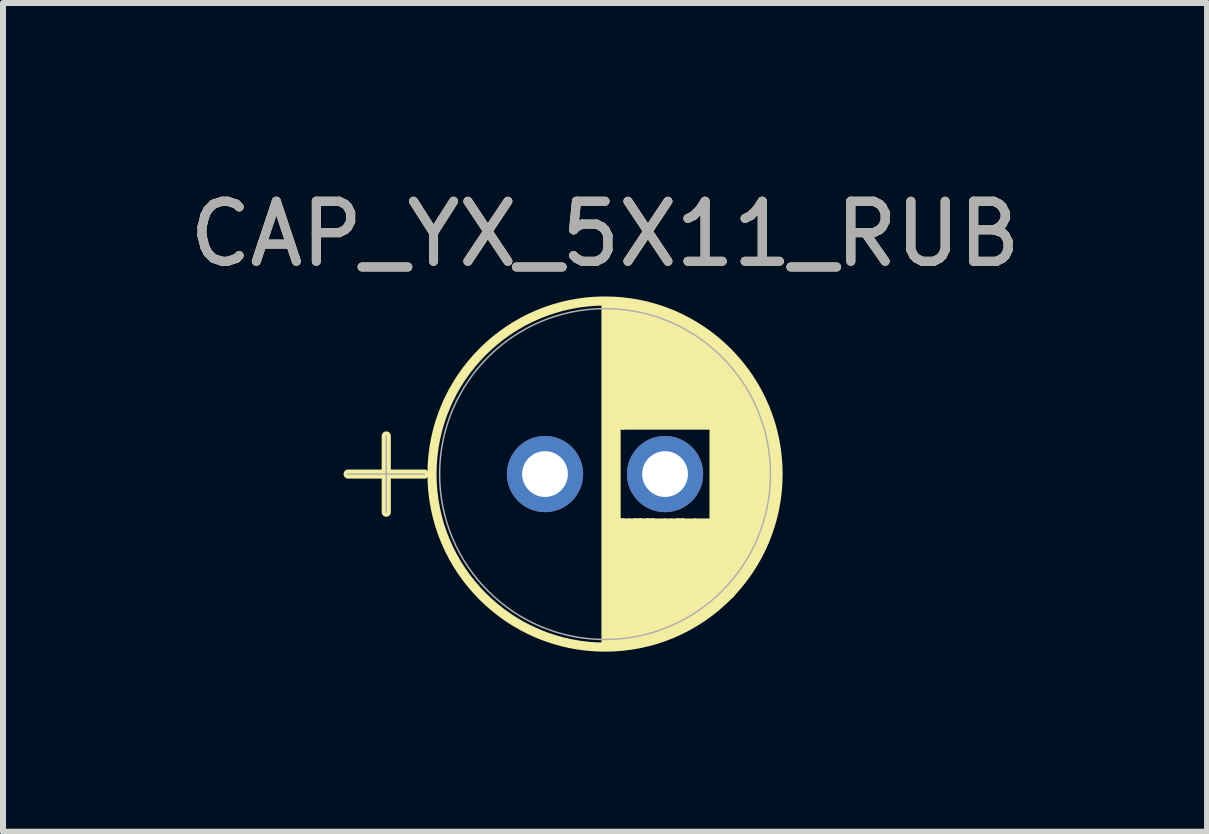
<source format=kicad_pcb>
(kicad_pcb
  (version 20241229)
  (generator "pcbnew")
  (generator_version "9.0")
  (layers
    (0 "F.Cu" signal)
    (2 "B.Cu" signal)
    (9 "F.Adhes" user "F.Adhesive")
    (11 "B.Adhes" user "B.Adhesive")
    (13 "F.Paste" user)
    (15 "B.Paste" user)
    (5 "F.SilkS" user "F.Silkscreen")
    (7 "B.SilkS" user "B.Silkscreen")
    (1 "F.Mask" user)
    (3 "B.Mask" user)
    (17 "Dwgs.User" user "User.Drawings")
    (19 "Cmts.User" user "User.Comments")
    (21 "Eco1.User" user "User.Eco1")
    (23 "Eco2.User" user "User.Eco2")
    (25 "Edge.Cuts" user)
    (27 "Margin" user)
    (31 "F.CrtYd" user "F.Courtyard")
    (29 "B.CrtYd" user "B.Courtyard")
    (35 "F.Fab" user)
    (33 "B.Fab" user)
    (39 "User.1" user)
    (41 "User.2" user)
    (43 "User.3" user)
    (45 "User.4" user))
  (footprint "CAP_YX_5X11_RUB"
    (layer "F.Cu")
    (at 6.03 4.848)
    (property "Reference" "CAP_YX_5X11_RUB" (at 1 -4 0) (unlocked yes) (layer "F.SilkS") (effects (font (size 1 1) (thickness 0.15))))
    (attr through_hole)
    (fp_line (start -3.28 0) (end -2.01 0) (stroke (width 0.152) (type solid)) (layer "F.SilkS"))
    (fp_line (start -2.645 -0.635) (end -2.645 0.635) (stroke (width 0.152) (type solid)) (layer "F.SilkS"))
    (fp_line (start 1 -2.883) (end 1 2.883) (stroke (width 0.12) (type solid)) (layer "F.SilkS"))
    (fp_line (start 1.1 -2.8) (end 1.1 2.8) (stroke (width 0.12) (type solid)) (layer "F.SilkS"))
    (fp_line (start 1.1 0.8) (end 2.8 0.8) (stroke (width 0.12) (type solid)) (layer "F.SilkS"))
    (fp_line (start 1.1 2.8) (end 1.2 2.8) (stroke (width 0.12) (type solid)) (layer "F.SilkS"))
    (fp_line (start 1.2 -2.8) (end 1.3 -2.8) (stroke (width 0.12) (type solid)) (layer "F.SilkS"))
    (fp_line (start 1.2 -2.7) (end 1.4 -2.8) (stroke (width 0.12) (type solid)) (layer "F.SilkS"))
    (fp_line (start 1.2 -2.6) (end 2.1 -2.6) (stroke (width 0.12) (type solid)) (layer "F.SilkS"))
    (fp_line (start 1.2 -2.5) (end 1.2 -2.6) (stroke (width 0.12) (type solid)) (layer "F.SilkS"))
    (fp_line (start 1.2 -2.5) (end 2.4 -2.5) (stroke (width 0.12) (type solid)) (layer "F.SilkS"))
    (fp_line (start 1.2 -2.4) (end 1.2 -2.5) (stroke (width 0.12) (type solid)) (layer "F.SilkS"))
    (fp_line (start 1.2 -2.3) (end 2.7 -2.3) (stroke (width 0.12) (type solid)) (layer "F.SilkS"))
    (fp_line (start 1.2 -2.2) (end 1.2 -2.3) (stroke (width 0.12) (type solid)) (layer "F.SilkS"))
    (fp_line (start 1.2 -2.1) (end 1.2 -2.2) (stroke (width 0.12) (type solid)) (layer "F.SilkS"))
    (fp_line (start 1.2 -2) (end 3 -2) (stroke (width 0.12) (type solid)) (layer "F.SilkS"))
    (fp_line (start 1.2 -1.9) (end 1.3 -2) (stroke (width 0.12) (type solid)) (layer "F.SilkS"))
    (fp_line (start 1.2 -1.8) (end 3.2 -1.8) (stroke (width 0.12) (type solid)) (layer "F.SilkS"))
    (fp_line (start 1.2 -1.7) (end 1.2 -1.8) (stroke (width 0.12) (type solid)) (layer "F.SilkS"))
    (fp_line (start 1.2 -1.6) (end 3.3 -1.6) (stroke (width 0.12) (type solid)) (layer "F.SilkS"))
    (fp_line (start 1.2 -1.5) (end 1.2 -1.6) (stroke (width 0.12) (type solid)) (layer "F.SilkS"))
    (fp_line (start 1.2 -1.4) (end 3.5 -1.4) (stroke (width 0.12) (type solid)) (layer "F.SilkS"))
    (fp_line (start 1.2 -1.2) (end 3.6 -1.2) (stroke (width 0.12) (type solid)) (layer "F.SilkS"))
    (fp_line (start 1.2 -0.9) (end 3.6 -0.9) (stroke (width 0.12) (type solid)) (layer "F.SilkS"))
    (fp_line (start 1.2 -0.8) (end 1.2 -0.9) (stroke (width 0.12) (type solid)) (layer "F.SilkS"))
    (fp_line (start 1.2 2.8) (end 1.2 -2.8) (stroke (width 0.12) (type solid)) (layer "F.SilkS"))
    (fp_line (start 1.3 -2) (end 1.2 -2) (stroke (width 0.12) (type solid)) (layer "F.SilkS"))
    (fp_line (start 1.3 -0.8) (end 1.2 -0.8) (stroke (width 0.12) (type solid)) (layer "F.SilkS"))
    (fp_line (start 1.3 0.8) (end 1.1 0.8) (stroke (width 0.12) (type solid)) (layer "F.SilkS"))
    (fp_line (start 1.3 2.8) (end 1.3 0.8) (stroke (width 0.12) (type solid)) (layer "F.SilkS"))
    (fp_line (start 1.4 -2.8) (end 1.5 -2.8) (stroke (width 0.12) (type solid)) (layer "F.SilkS"))
    (fp_line (start 1.4 0.8) (end 1.4 2.8) (stroke (width 0.12) (type solid)) (layer "F.SilkS"))
    (fp_line (start 1.4 2.8) (end 1.6 2.8) (stroke (width 0.12) (type solid)) (layer "F.SilkS"))
    (fp_line (start 1.5 0.8) (end 1.5 2.8) (stroke (width 0.12) (type solid)) (layer "F.SilkS"))
    (fp_line (start 1.5 2.8) (end 1.7 2.8) (stroke (width 0.12) (type solid)) (layer "F.SilkS"))
    (fp_line (start 1.6 0.8) (end 1.5 0.8) (stroke (width 0.12) (type solid)) (layer "F.SilkS"))
    (fp_line (start 1.6 2.8) (end 1.6 0.8) (stroke (width 0.12) (type solid)) (layer "F.SilkS"))
    (fp_line (start 1.7 0.8) (end 1.8 0.8) (stroke (width 0.12) (type solid)) (layer "F.SilkS"))
    (fp_line (start 1.7 2.8) (end 1.7 0.8) (stroke (width 0.12) (type solid)) (layer "F.SilkS"))
    (fp_line (start 1.8 0.8) (end 1.8 2.7) (stroke (width 0.12) (type solid)) (layer "F.SilkS"))
    (fp_line (start 1.8 2.7) (end 1.9 2.7) (stroke (width 0.12) (type solid)) (layer "F.SilkS"))
    (fp_line (start 1.9 -2.7) (end 1.2 -2.7) (stroke (width 0.12) (type solid)) (layer "F.SilkS"))
    (fp_line (start 1.9 2.7) (end 1.9 0.9) (stroke (width 0.12) (type solid)) (layer "F.SilkS"))
    (fp_line (start 2 0.8) (end 2 2.7) (stroke (width 0.12) (type solid)) (layer "F.SilkS"))
    (fp_line (start 2.1 -2.6) (end 1.9 -2.7) (stroke (width 0.12) (type solid)) (layer "F.SilkS"))
    (fp_line (start 2.1 2.6) (end 2.1 0.8) (stroke (width 0.12) (type solid)) (layer "F.SilkS"))
    (fp_line (start 2.2 0.8) (end 2.2 2.6) (stroke (width 0.12) (type solid)) (layer "F.SilkS"))
    (fp_line (start 2.3 0.8) (end 2.2 0.8) (stroke (width 0.12) (type solid)) (layer "F.SilkS"))
    (fp_line (start 2.3 2.5) (end 2.3 0.8) (stroke (width 0.12) (type solid)) (layer "F.SilkS"))
    (fp_line (start 2.4 -2.5) (end 2.1 -2.6) (stroke (width 0.12) (type solid)) (layer "F.SilkS"))
    (fp_line (start 2.4 2.5) (end 2.4 0.9) (stroke (width 0.12) (type solid)) (layer "F.SilkS"))
    (fp_line (start 2.5 -2.4) (end 1.2 -2.4) (stroke (width 0.12) (type solid)) (layer "F.SilkS"))
    (fp_line (start 2.5 2.4) (end 2.5 0.8) (stroke (width 0.12) (type solid)) (layer "F.SilkS"))
    (fp_line (start 2.6 0.9) (end 2.8 0.8) (stroke (width 0.12) (type solid)) (layer "F.SilkS"))
    (fp_line (start 2.6 2.3) (end 2.6 0.9) (stroke (width 0.12) (type solid)) (layer "F.SilkS"))
    (fp_line (start 2.7 -2.3) (end 2.5 -2.4) (stroke (width 0.12) (type solid)) (layer "F.SilkS"))
    (fp_line (start 2.7 -2.2) (end 1.2 -2.2) (stroke (width 0.12) (type solid)) (layer "F.SilkS"))
    (fp_line (start 2.7 2.3) (end 2.7 0.9) (stroke (width 0.12) (type solid)) (layer "F.SilkS"))
    (fp_line (start 2.8 -2.1) (end 1.2 -2.1) (stroke (width 0.12) (type solid)) (layer "F.SilkS"))
    (fp_line (start 2.8 -2.1) (end 2.7 -2.2) (stroke (width 0.12) (type solid)) (layer "F.SilkS"))
    (fp_line (start 2.8 -0.8) (end 1.3 -0.8) (stroke (width 0.12) (type solid)) (layer "F.SilkS"))
    (fp_line (start 2.8 0.8) (end 2.8 -0.8) (stroke (width 0.12) (type solid)) (layer "F.SilkS"))
    (fp_line (start 2.8 0.8) (end 2.8 2.2) (stroke (width 0.12) (type solid)) (layer "F.SilkS"))
    (fp_line (start 2.9 -0.9) (end 2.9 2) (stroke (width 0.12) (type solid)) (layer "F.SilkS"))
    (fp_line (start 2.9 2) (end 3.1 2) (stroke (width 0.12) (type solid)) (layer "F.SilkS"))
    (fp_line (start 2.9 2.1) (end 2.9 2) (stroke (width 0.12) (type solid)) (layer "F.SilkS"))
    (fp_line (start 3 -2) (end 2.8 -2.1) (stroke (width 0.12) (type solid)) (layer "F.SilkS"))
    (fp_line (start 3 -0.9) (end 3 2) (stroke (width 0.12) (type solid)) (layer "F.SilkS"))
    (fp_line (start 3.1 -1.9) (end 1.2 -1.9) (stroke (width 0.12) (type solid)) (layer "F.SilkS"))
    (fp_line (start 3.1 -0.9) (end 3 -0.9) (stroke (width 0.12) (type solid)) (layer "F.SilkS"))
    (fp_line (start 3.1 2) (end 3.1 -0.9) (stroke (width 0.12) (type solid)) (layer "F.SilkS"))
    (fp_line (start 3.2 -1.8) (end 3.1 -1.9) (stroke (width 0.12) (type solid)) (layer "F.SilkS"))
    (fp_line (start 3.2 -1.7) (end 1.2 -1.7) (stroke (width 0.12) (type solid)) (layer "F.SilkS"))
    (fp_line (start 3.2 1.8) (end 3.2 -0.8) (stroke (width 0.12) (type solid)) (layer "F.SilkS"))
    (fp_line (start 3.3 -1.6) (end 3.2 -1.7) (stroke (width 0.12) (type solid)) (layer "F.SilkS"))
    (fp_line (start 3.3 -0.9) (end 3.3 1.7) (stroke (width 0.12) (type solid)) (layer "F.SilkS"))
    (fp_line (start 3.4 -1.5) (end 1.2 -1.5) (stroke (width 0.12) (type solid)) (layer "F.SilkS"))
    (fp_line (start 3.4 1.5) (end 3.4 -0.9) (stroke (width 0.12) (type solid)) (layer "F.SilkS"))
    (fp_line (start 3.5 -1.4) (end 3.4 -1.5) (stroke (width 0.12) (type solid)) (layer "F.SilkS"))
    (fp_line (start 3.5 -1.3) (end 1.2 -1.3) (stroke (width 0.12) (type solid)) (layer "F.SilkS"))
    (fp_line (start 3.5 -0.9) (end 3.5 1.4) (stroke (width 0.12) (type solid)) (layer "F.SilkS"))
    (fp_line (start 3.6 -1.2) (end 3.5 -1.3) (stroke (width 0.12) (type solid)) (layer "F.SilkS"))
    (fp_line (start 3.6 -1.1) (end 1.2 -1.1) (stroke (width 0.12) (type solid)) (layer "F.SilkS"))
    (fp_line (start 3.6 -0.9) (end 3.6 1.2) (stroke (width 0.12) (type solid)) (layer "F.SilkS"))
    (fp_line (start 3.6 -0.9) (end 3.7 -0.9) (stroke (width 0.12) (type solid)) (layer "F.SilkS"))
    (fp_line (start 3.65 -1) (end 1.2 -1) (stroke (width 0.12) (type solid)) (layer "F.SilkS"))
    (fp_line (start 3.7 -0.9) (end 3.65 -1) (stroke (width 0.12) (type solid)) (layer "F.SilkS"))
    (fp_line (start 3.7 -0.6) (end 3.7 0.6) (stroke (width 0.12) (type solid)) (layer "F.SilkS"))
    (fp_line (start 3.7 1) (end 3.7 -0.9) (stroke (width 0.12) (type solid)) (layer "F.SilkS"))
    (fp_line (start 3.8 0.5) (end 3.8 -0.6) (stroke (width 0.12) (type solid)) (layer "F.SilkS"))
    (fp_circle (center 1 0) (end 3.883 0) (stroke (width 0.152) (type solid)) (fill no) (layer "F.SilkS"))
    (fp_line (start -3.28 0) (end -2.01 0) (stroke (width 0.025) (type solid)) (layer "F.Fab"))
    (fp_line (start -2.645 -0.635) (end -2.645 0.635) (stroke (width 0.025) (type solid)) (layer "F.Fab"))
    (fp_circle (center 1 0) (end 3.756 0) (stroke (width 0.025) (type solid)) (fill no) (layer "F.Fab"))
    (fp_text user "${REFERENCE}" (at 1 -4 0) (unlocked yes) (layer "F.Fab") (effects (font (size 1 1) (thickness 0.15))))
    (pad "1" thru_hole circle (at 0 0) (size 1.27 1.27) (drill 0.762) (layers "*.Cu" "*.Mask"))
    (pad "2" thru_hole circle (at 2 0) (size 1.27 1.27) (drill 0.762) (layers "*.Cu" "*.Mask")))
  (gr_rect
    (start -3 -3)
    (end 17.06 10.807)
    (stroke (width 0.1) (type default))
    (fill no)
    (layer "Edge.Cuts")))
</source>
